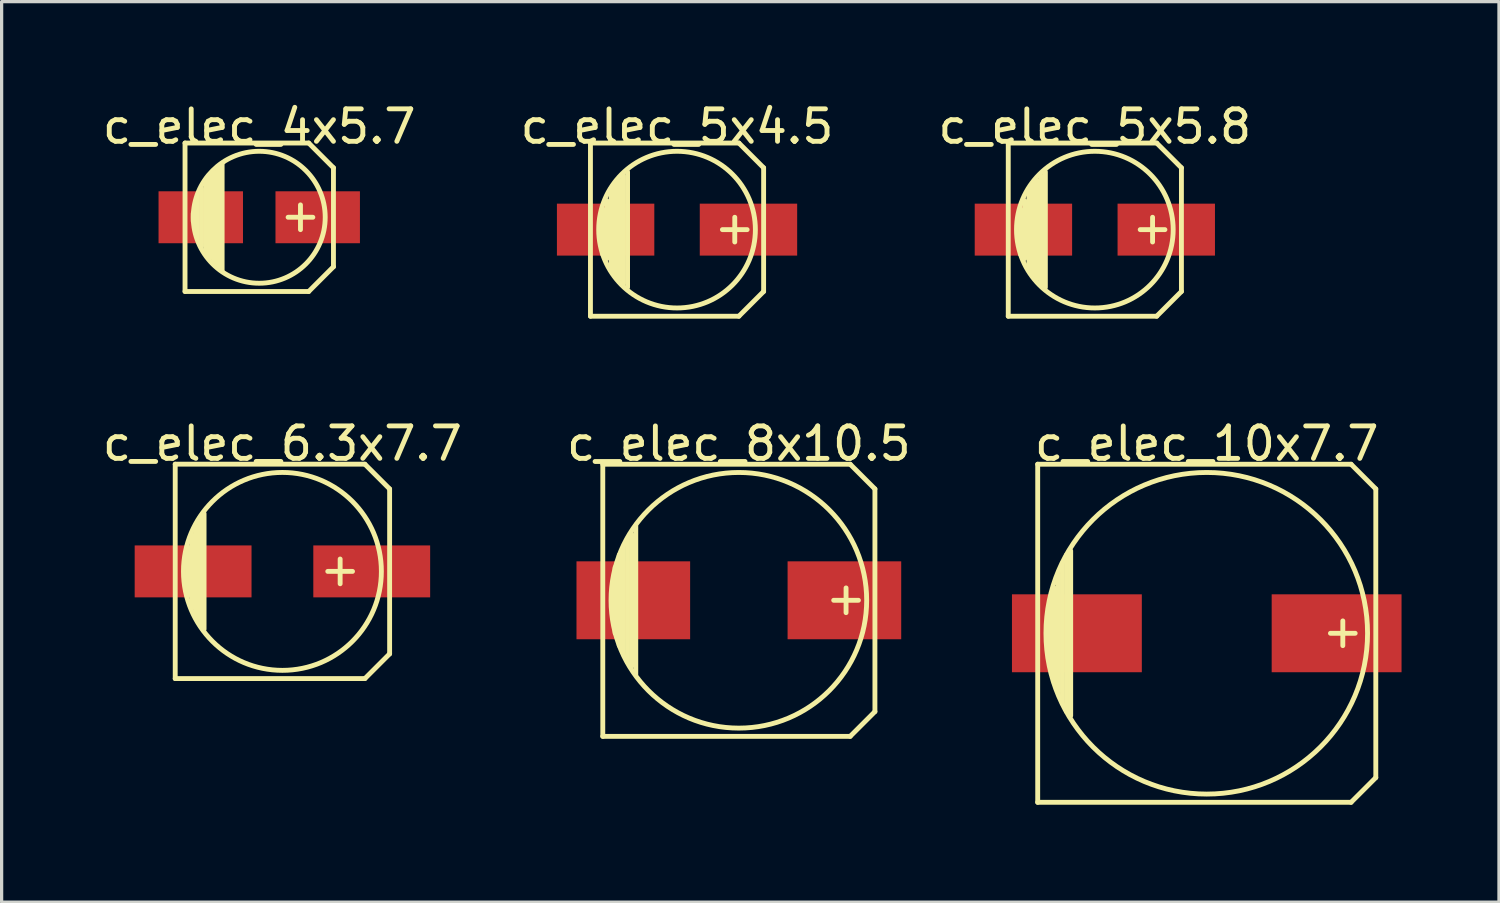
<source format=kicad_pcb>
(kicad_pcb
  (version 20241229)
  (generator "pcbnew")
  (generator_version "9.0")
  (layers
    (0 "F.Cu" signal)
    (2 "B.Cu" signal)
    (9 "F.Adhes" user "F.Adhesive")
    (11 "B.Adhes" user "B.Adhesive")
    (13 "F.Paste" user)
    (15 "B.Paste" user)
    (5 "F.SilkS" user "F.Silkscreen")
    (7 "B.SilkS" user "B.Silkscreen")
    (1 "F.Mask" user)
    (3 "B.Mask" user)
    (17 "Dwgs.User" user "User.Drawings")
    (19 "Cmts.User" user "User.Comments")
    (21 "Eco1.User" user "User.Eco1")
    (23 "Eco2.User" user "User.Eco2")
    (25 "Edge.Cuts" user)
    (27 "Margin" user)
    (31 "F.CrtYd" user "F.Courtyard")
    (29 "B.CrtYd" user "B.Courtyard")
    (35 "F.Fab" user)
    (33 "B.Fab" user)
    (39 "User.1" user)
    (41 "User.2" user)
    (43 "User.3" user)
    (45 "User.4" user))
  (footprint "c_elec_5x4.5"
    (layer "F.Cu")
    (at 17.804 4.023)
    (property "Reference" "c_elec_5x4.5" (at 0 -3.175 0) (layer "F.SilkS") (effects (font (size 1 1) (thickness 0.15))))
    (attr through_hole)
    (fp_line (start -2.667 -2.667) (end 1.905 -2.667) (stroke (width 0.15) (type solid)) (layer "F.SilkS"))
    (fp_line (start -2.667 2.667) (end -2.667 -2.667) (stroke (width 0.15) (type solid)) (layer "F.SilkS"))
    (fp_line (start -2.286 -0.635) (end -2.286 0.762) (stroke (width 0.15) (type solid)) (layer "F.SilkS"))
    (fp_line (start -2.159 -0.889) (end -2.159 0.889) (stroke (width 0.15) (type solid)) (layer "F.SilkS"))
    (fp_line (start -2.032 -1.27) (end -2.032 1.27) (stroke (width 0.15) (type solid)) (layer "F.SilkS"))
    (fp_line (start -1.905 1.397) (end -1.905 -1.397) (stroke (width 0.15) (type solid)) (layer "F.SilkS"))
    (fp_line (start -1.778 -1.524) (end -1.778 1.524) (stroke (width 0.15) (type solid)) (layer "F.SilkS"))
    (fp_line (start -1.651 1.651) (end -1.651 -1.651) (stroke (width 0.15) (type solid)) (layer "F.SilkS"))
    (fp_line (start -1.524 -1.778) (end -1.524 1.778) (stroke (width 0.15) (type solid)) (layer "F.SilkS"))
    (fp_line (start 1.778 -0.381) (end 1.778 0.381) (stroke (width 0.15) (type solid)) (layer "F.SilkS"))
    (fp_line (start 1.905 -2.667) (end 2.667 -1.905) (stroke (width 0.15) (type solid)) (layer "F.SilkS"))
    (fp_line (start 1.905 2.667) (end -2.667 2.667) (stroke (width 0.15) (type solid)) (layer "F.SilkS"))
    (fp_line (start 2.159 0) (end 1.397 0) (stroke (width 0.15) (type solid)) (layer "F.SilkS"))
    (fp_line (start 2.667 -1.905) (end 2.667 1.905) (stroke (width 0.15) (type solid)) (layer "F.SilkS"))
    (fp_line (start 2.667 1.905) (end 1.905 2.667) (stroke (width 0.15) (type solid)) (layer "F.SilkS"))
    (fp_circle (center 0 0) (end -2.413 0) (stroke (width 0.15) (type solid)) (fill no) (layer "F.SilkS"))
    (pad "1" smd rect (at 2.2 0) (size 3 1.6) (layers "F.Cu" "F.Mask" "F.Paste"))
    (pad "2" smd rect (at -2.2 0) (size 3 1.6) (layers "F.Cu" "F.Mask" "F.Paste")))
  (footprint "c_elec_10x7.7"
    (layer "F.Cu")
    (at 34.12 16.456)
    (property "Reference" "c_elec_10x7.7" (at 0 -5.842 0) (layer "F.SilkS") (effects (font (size 1 1) (thickness 0.15))))
    (attr through_hole)
    (fp_line (start -5.207 -5.207) (end -5.207 5.207) (stroke (width 0.15) (type solid)) (layer "F.SilkS"))
    (fp_line (start -5.207 5.207) (end 4.445 5.207) (stroke (width 0.15) (type solid)) (layer "F.SilkS"))
    (fp_line (start -4.826 1.016) (end -4.826 -1.016) (stroke (width 0.15) (type solid)) (layer "F.SilkS"))
    (fp_line (start -4.699 -1.397) (end -4.699 1.524) (stroke (width 0.15) (type solid)) (layer "F.SilkS"))
    (fp_line (start -4.572 1.778) (end -4.572 -1.778) (stroke (width 0.15) (type solid)) (layer "F.SilkS"))
    (fp_line (start -4.445 -2.159) (end -4.445 2.159) (stroke (width 0.15) (type solid)) (layer "F.SilkS"))
    (fp_line (start -4.318 2.413) (end -4.318 -2.413) (stroke (width 0.15) (type solid)) (layer "F.SilkS"))
    (fp_line (start -4.191 -2.54) (end -4.191 2.54) (stroke (width 0.15) (type solid)) (layer "F.SilkS"))
    (fp_line (start 4.191 -0.381) (end 4.191 0.381) (stroke (width 0.15) (type solid)) (layer "F.SilkS"))
    (fp_line (start 4.445 -5.207) (end -5.207 -5.207) (stroke (width 0.15) (type solid)) (layer "F.SilkS"))
    (fp_line (start 4.445 5.207) (end 5.207 4.445) (stroke (width 0.15) (type solid)) (layer "F.SilkS"))
    (fp_line (start 4.572 0) (end 3.81 0) (stroke (width 0.15) (type solid)) (layer "F.SilkS"))
    (fp_line (start 5.207 -4.445) (end 4.445 -5.207) (stroke (width 0.15) (type solid)) (layer "F.SilkS"))
    (fp_line (start 5.207 4.445) (end 5.207 -4.445) (stroke (width 0.15) (type solid)) (layer "F.SilkS"))
    (fp_circle (center 0 0) (end 4.953 0) (stroke (width 0.15) (type solid)) (fill no) (layer "F.SilkS"))
    (pad "1" smd rect (at 4 0) (size 4 2.4) (layers "F.Cu" "F.Mask" "F.Paste"))
    (pad "2" smd rect (at -4 0) (size 4 2.4) (layers "F.Cu" "F.Mask" "F.Paste")))
  (footprint "c_elec_5x5.8"
    (layer "F.Cu")
    (at 30.673 4.023)
    (property "Reference" "c_elec_5x5.8" (at 0 -3.175 0) (layer "F.SilkS") (effects (font (size 1 1) (thickness 0.15))))
    (attr through_hole)
    (fp_line (start -2.667 -2.667) (end 1.905 -2.667) (stroke (width 0.15) (type solid)) (layer "F.SilkS"))
    (fp_line (start -2.667 2.667) (end -2.667 -2.667) (stroke (width 0.15) (type solid)) (layer "F.SilkS"))
    (fp_line (start -2.286 -0.635) (end -2.286 0.762) (stroke (width 0.15) (type solid)) (layer "F.SilkS"))
    (fp_line (start -2.159 -0.889) (end -2.159 0.889) (stroke (width 0.15) (type solid)) (layer "F.SilkS"))
    (fp_line (start -2.032 -1.27) (end -2.032 1.27) (stroke (width 0.15) (type solid)) (layer "F.SilkS"))
    (fp_line (start -1.905 1.397) (end -1.905 -1.397) (stroke (width 0.15) (type solid)) (layer "F.SilkS"))
    (fp_line (start -1.778 -1.524) (end -1.778 1.524) (stroke (width 0.15) (type solid)) (layer "F.SilkS"))
    (fp_line (start -1.651 1.651) (end -1.651 -1.651) (stroke (width 0.15) (type solid)) (layer "F.SilkS"))
    (fp_line (start -1.524 -1.778) (end -1.524 1.778) (stroke (width 0.15) (type solid)) (layer "F.SilkS"))
    (fp_line (start 1.778 -0.381) (end 1.778 0.381) (stroke (width 0.15) (type solid)) (layer "F.SilkS"))
    (fp_line (start 1.905 -2.667) (end 2.667 -1.905) (stroke (width 0.15) (type solid)) (layer "F.SilkS"))
    (fp_line (start 1.905 2.667) (end -2.667 2.667) (stroke (width 0.15) (type solid)) (layer "F.SilkS"))
    (fp_line (start 2.159 0) (end 1.397 0) (stroke (width 0.15) (type solid)) (layer "F.SilkS"))
    (fp_line (start 2.667 -1.905) (end 2.667 1.905) (stroke (width 0.15) (type solid)) (layer "F.SilkS"))
    (fp_line (start 2.667 1.905) (end 1.905 2.667) (stroke (width 0.15) (type solid)) (layer "F.SilkS"))
    (fp_circle (center 0 0) (end -2.413 0) (stroke (width 0.15) (type solid)) (fill no) (layer "F.SilkS"))
    (pad "1" smd rect (at 2.2 0) (size 3 1.6) (layers "F.Cu" "F.Mask" "F.Paste"))
    (pad "2" smd rect (at -2.2 0) (size 3 1.6) (layers "F.Cu" "F.Mask" "F.Paste")))
  (footprint "c_elec_6.3x7.7"
    (layer "F.Cu")
    (at 5.649 14.55)
    (property "Reference" "c_elec_6.3x7.7" (at 0 -3.937 0) (layer "F.SilkS") (effects (font (size 1 1) (thickness 0.15))))
    (attr through_hole)
    (fp_line (start -3.302 -3.302) (end -3.302 3.302) (stroke (width 0.15) (type solid)) (layer "F.SilkS"))
    (fp_line (start -3.302 3.302) (end 2.54 3.302) (stroke (width 0.15) (type solid)) (layer "F.SilkS"))
    (fp_line (start -2.921 -0.762) (end -2.921 0.762) (stroke (width 0.15) (type solid)) (layer "F.SilkS"))
    (fp_line (start -2.794 1.143) (end -2.794 -1.143) (stroke (width 0.15) (type solid)) (layer "F.SilkS"))
    (fp_line (start -2.667 -1.397) (end -2.667 1.397) (stroke (width 0.15) (type solid)) (layer "F.SilkS"))
    (fp_line (start -2.54 1.651) (end -2.54 -1.651) (stroke (width 0.15) (type solid)) (layer "F.SilkS"))
    (fp_line (start -2.413 -1.778) (end -2.413 1.778) (stroke (width 0.15) (type solid)) (layer "F.SilkS"))
    (fp_line (start 1.778 -0.381) (end 1.778 0.381) (stroke (width 0.15) (type solid)) (layer "F.SilkS"))
    (fp_line (start 2.159 0) (end 1.397 0) (stroke (width 0.15) (type solid)) (layer "F.SilkS"))
    (fp_line (start 2.54 -3.302) (end -3.302 -3.302) (stroke (width 0.15) (type solid)) (layer "F.SilkS"))
    (fp_line (start 2.54 3.302) (end 3.302 2.54) (stroke (width 0.15) (type solid)) (layer "F.SilkS"))
    (fp_line (start 3.302 -2.54) (end 2.54 -3.302) (stroke (width 0.15) (type solid)) (layer "F.SilkS"))
    (fp_line (start 3.302 2.54) (end 3.302 -2.54) (stroke (width 0.15) (type solid)) (layer "F.SilkS"))
    (fp_circle (center 0 0) (end -3.048 0) (stroke (width 0.15) (type solid)) (fill no) (layer "F.SilkS"))
    (pad "1" smd rect (at 2.751 0) (size 3.599 1.6) (layers "F.Cu" "F.Mask" "F.Paste"))
    (pad "2" smd rect (at -2.751 0) (size 3.599 1.6) (layers "F.Cu" "F.Mask" "F.Paste")))
  (footprint "c_elec_4x5.7"
    (layer "F.Cu")
    (at 4.935 3.642)
    (property "Reference" "c_elec_4x5.7" (at 0 -2.794 0) (layer "F.SilkS") (effects (font (size 1 1) (thickness 0.15))))
    (attr through_hole)
    (fp_line (start -2.286 -2.286) (end -2.286 2.286) (stroke (width 0.15) (type solid)) (layer "F.SilkS"))
    (fp_line (start -2.032 0.127) (end -2.032 -0.127) (stroke (width 0.15) (type solid)) (layer "F.SilkS"))
    (fp_line (start -1.905 -0.635) (end -1.905 0.635) (stroke (width 0.15) (type solid)) (layer "F.SilkS"))
    (fp_line (start -1.778 0.889) (end -1.778 -0.889) (stroke (width 0.15) (type solid)) (layer "F.SilkS"))
    (fp_line (start -1.651 1.143) (end -1.651 -1.143) (stroke (width 0.15) (type solid)) (layer "F.SilkS"))
    (fp_line (start -1.524 -1.27) (end -1.524 1.27) (stroke (width 0.15) (type solid)) (layer "F.SilkS"))
    (fp_line (start -1.397 1.397) (end -1.397 -1.397) (stroke (width 0.15) (type solid)) (layer "F.SilkS"))
    (fp_line (start -1.27 -1.524) (end -1.27 1.524) (stroke (width 0.15) (type solid)) (layer "F.SilkS"))
    (fp_line (start -1.143 -1.651) (end -1.143 1.651) (stroke (width 0.15) (type solid)) (layer "F.SilkS"))
    (fp_line (start 1.27 -0.381) (end 1.27 0.381) (stroke (width 0.15) (type solid)) (layer "F.SilkS"))
    (fp_line (start 1.524 -2.286) (end -2.286 -2.286) (stroke (width 0.15) (type solid)) (layer "F.SilkS"))
    (fp_line (start 1.524 -2.286) (end 2.286 -1.524) (stroke (width 0.15) (type solid)) (layer "F.SilkS"))
    (fp_line (start 1.524 2.286) (end -2.286 2.286) (stroke (width 0.15) (type solid)) (layer "F.SilkS"))
    (fp_line (start 1.524 2.286) (end 2.286 1.524) (stroke (width 0.15) (type solid)) (layer "F.SilkS"))
    (fp_line (start 1.651 0) (end 0.889 0) (stroke (width 0.15) (type solid)) (layer "F.SilkS"))
    (fp_line (start 2.286 -1.524) (end 2.286 1.524) (stroke (width 0.15) (type solid)) (layer "F.SilkS"))
    (fp_circle (center 0 0) (end -2.032 0) (stroke (width 0.15) (type solid)) (fill no) (layer "F.SilkS"))
    (pad "1" smd rect (at 1.801 0) (size 2.601 1.6) (layers "F.Cu" "F.Mask" "F.Paste"))
    (pad "2" smd rect (at -1.801 0) (size 2.601 1.6) (layers "F.Cu" "F.Mask" "F.Paste")))
  (footprint "c_elec_8x10.5"
    (layer "F.Cu")
    (at 19.708 15.44)
    (property "Reference" "c_elec_8x10.5" (at 0 -4.826 0) (layer "F.SilkS") (effects (font (size 1 1) (thickness 0.15))))
    (attr through_hole)
    (fp_line (start -4.191 -4.191) (end -4.191 4.191) (stroke (width 0.15) (type solid)) (layer "F.SilkS"))
    (fp_line (start -4.191 4.191) (end 3.429 4.191) (stroke (width 0.15) (type solid)) (layer "F.SilkS"))
    (fp_line (start -3.81 -1.016) (end -3.81 1.016) (stroke (width 0.15) (type solid)) (layer "F.SilkS"))
    (fp_line (start -3.683 1.397) (end -3.683 -1.397) (stroke (width 0.15) (type solid)) (layer "F.SilkS"))
    (fp_line (start -3.556 -1.651) (end -3.556 1.651) (stroke (width 0.15) (type solid)) (layer "F.SilkS"))
    (fp_line (start -3.429 1.905) (end -3.429 -1.905) (stroke (width 0.15) (type solid)) (layer "F.SilkS"))
    (fp_line (start -3.302 2.032) (end -3.302 -2.032) (stroke (width 0.15) (type solid)) (layer "F.SilkS"))
    (fp_line (start -3.175 -2.286) (end -3.175 2.286) (stroke (width 0.15) (type solid)) (layer "F.SilkS"))
    (fp_line (start 3.302 -0.381) (end 3.302 0.381) (stroke (width 0.15) (type solid)) (layer "F.SilkS"))
    (fp_line (start 3.429 -4.191) (end -4.191 -4.191) (stroke (width 0.15) (type solid)) (layer "F.SilkS"))
    (fp_line (start 3.429 4.191) (end 4.191 3.429) (stroke (width 0.15) (type solid)) (layer "F.SilkS"))
    (fp_line (start 3.683 0) (end 2.921 0) (stroke (width 0.15) (type solid)) (layer "F.SilkS"))
    (fp_line (start 4.191 -3.429) (end 3.429 -4.191) (stroke (width 0.15) (type solid)) (layer "F.SilkS"))
    (fp_line (start 4.191 3.429) (end 4.191 -3.429) (stroke (width 0.15) (type solid)) (layer "F.SilkS"))
    (fp_circle (center 0 0) (end 3.937 0) (stroke (width 0.15) (type solid)) (fill no) (layer "F.SilkS"))
    (pad "1" smd rect (at 3.251 0) (size 3.5 2.4) (layers "F.Cu" "F.Mask" "F.Paste"))
    (pad "2" smd rect (at -3.251 0) (size 3.5 2.4) (layers "F.Cu" "F.Mask" "F.Paste")))
  (gr_rect
    (start -3 -3)
    (end 43.121 24.738)
    (stroke (width 0.1) (type default))
    (fill no)
    (layer "Edge.Cuts")))
</source>
